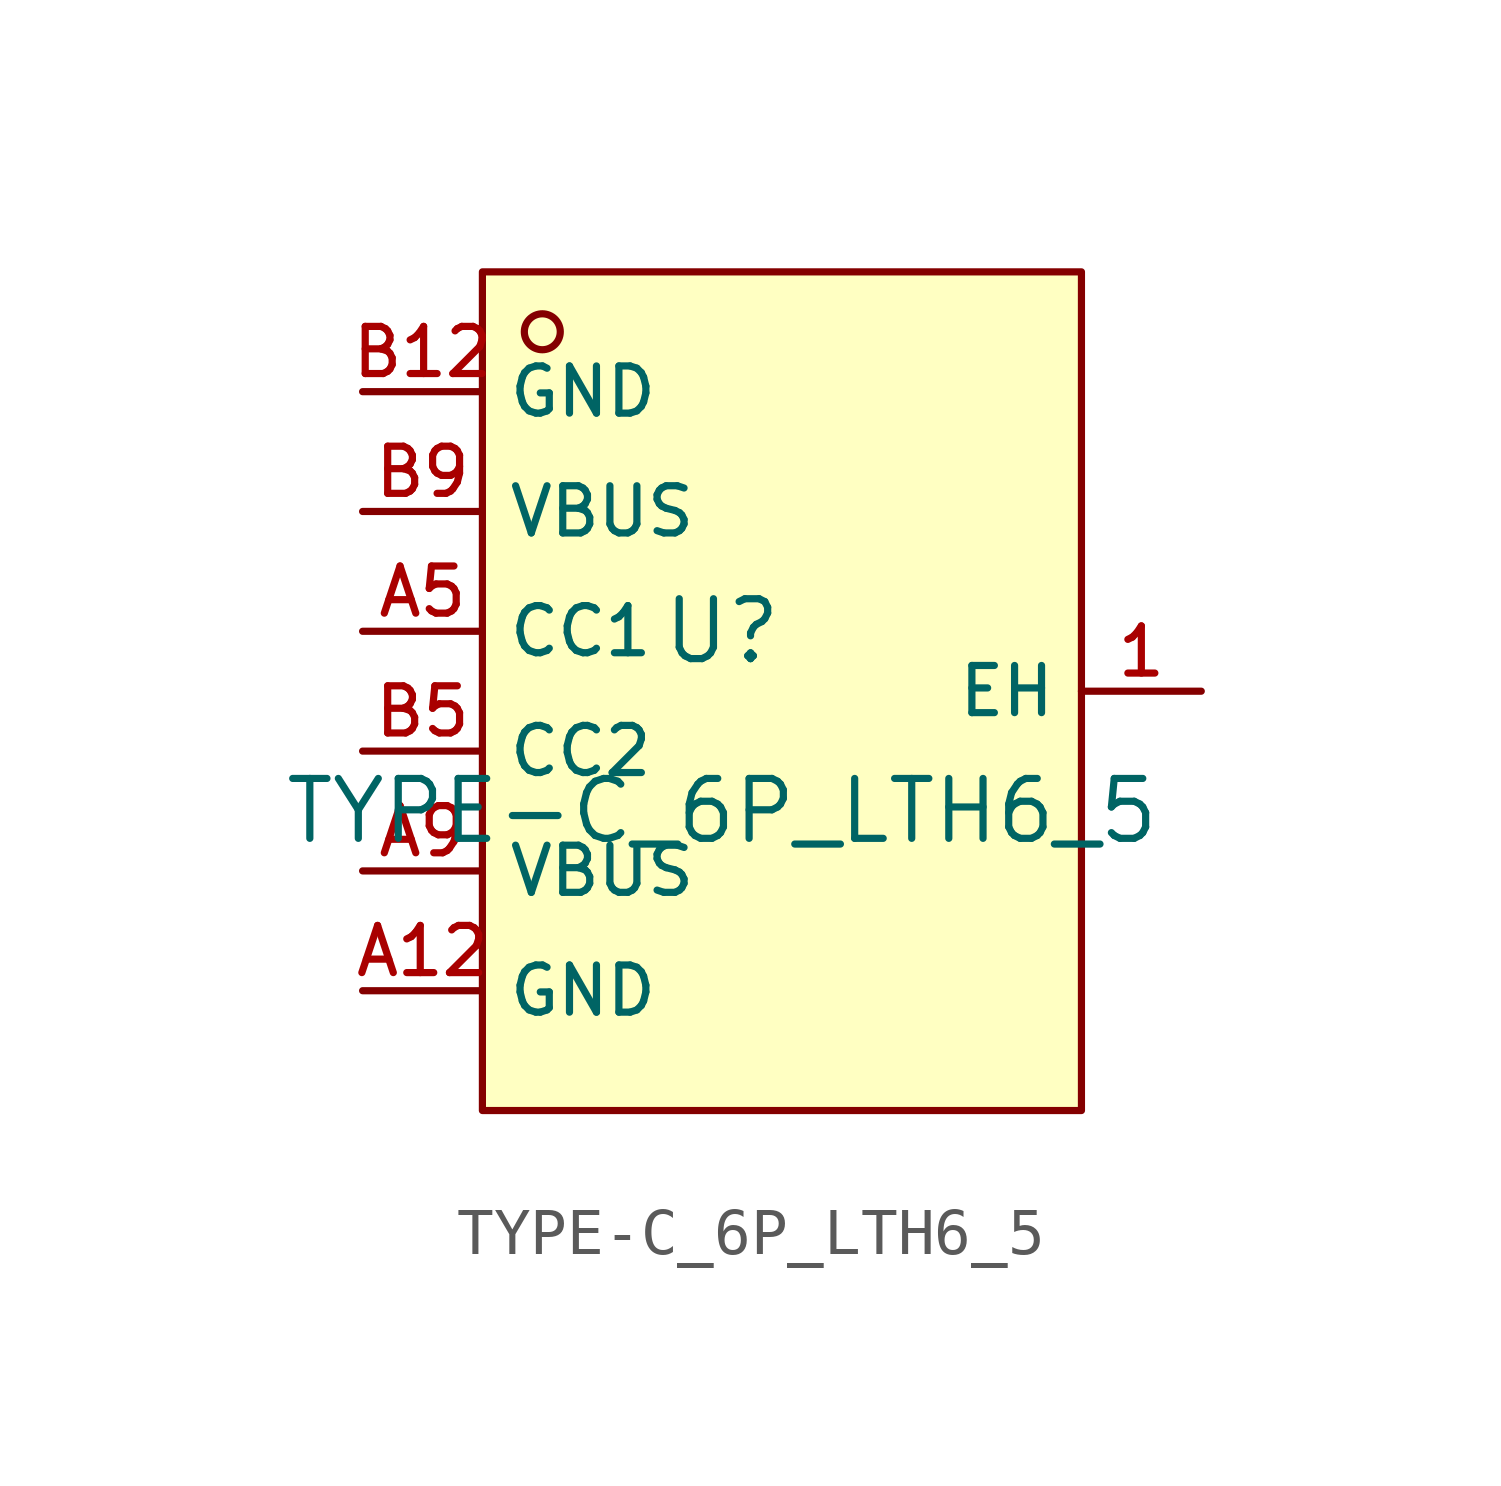
<source format=kicad_sym>
(kicad_symbol_lib
  (version 20210201)
  (generator TousstNicolas/JLC2KiCad_lib)
  (symbol "TYPE-C_6P_LTH6_5"
    (property "Reference" "U"
      (at 0 1.27 0)
      (effects (font (size 1.27 1.27))))
    (property "Value" "TYPE-C_6P_LTH6_5"
      (at 0 -2.54 0)
      (effects (font (size 1.27 1.27))))
    (symbol "TYPE-C_6P_LTH6_5_0_1"
      (rectangle (start -5.08 8.89) (end 7.62 -8.89) (stroke (width 0) (type default) (color 0 0 0 0)) (fill (type background)))
      (circle (center -3.81 7.62) (radius 0.381) (stroke (width 0) (type default) (color 0 0 0 0)) (fill (type background)))
      (pin unspecified line (at -7.62 6.35 0) (length 2.54) (name "GND" (effects (font (size 1 1)))) (number "B12" (effects (font (size 1 1)))))
      (pin unspecified line (at -7.62 3.81 0) (length 2.54) (name "VBUS" (effects (font (size 1 1)))) (number "B9" (effects (font (size 1 1)))))
      (pin unspecified line (at -7.62 1.27 0) (length 2.54) (name "CC1" (effects (font (size 1 1)))) (number "A5" (effects (font (size 1 1)))))
      (pin unspecified line (at -7.62 -1.27 0) (length 2.54) (name "CC2" (effects (font (size 1 1)))) (number "B5" (effects (font (size 1 1)))))
      (pin unspecified line (at -7.62 -3.81 0) (length 2.54) (name "VBUS" (effects (font (size 1 1)))) (number "A9" (effects (font (size 1 1)))))
      (pin unspecified line (at -7.62 -6.35 0) (length 2.54) (name "GND" (effects (font (size 1 1)))) (number "A12" (effects (font (size 1 1)))))
      (pin unspecified line (at 10.16 -0.0 180) (length 2.54) (name "EH" (effects (font (size 1 1)))) (number "1" (effects (font (size 1 1))))))))
</source>
